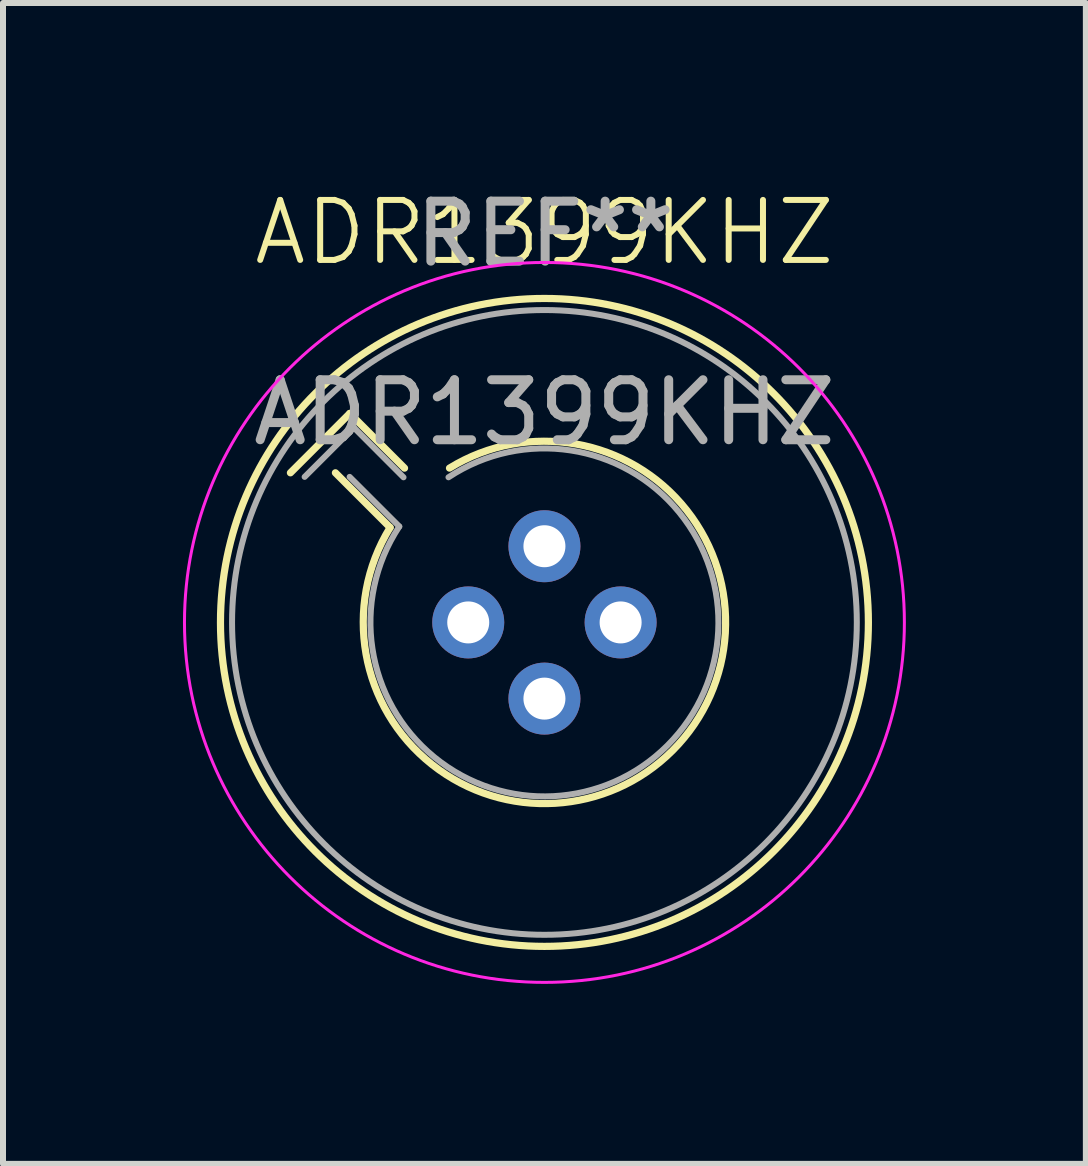
<source format=kicad_pcb>
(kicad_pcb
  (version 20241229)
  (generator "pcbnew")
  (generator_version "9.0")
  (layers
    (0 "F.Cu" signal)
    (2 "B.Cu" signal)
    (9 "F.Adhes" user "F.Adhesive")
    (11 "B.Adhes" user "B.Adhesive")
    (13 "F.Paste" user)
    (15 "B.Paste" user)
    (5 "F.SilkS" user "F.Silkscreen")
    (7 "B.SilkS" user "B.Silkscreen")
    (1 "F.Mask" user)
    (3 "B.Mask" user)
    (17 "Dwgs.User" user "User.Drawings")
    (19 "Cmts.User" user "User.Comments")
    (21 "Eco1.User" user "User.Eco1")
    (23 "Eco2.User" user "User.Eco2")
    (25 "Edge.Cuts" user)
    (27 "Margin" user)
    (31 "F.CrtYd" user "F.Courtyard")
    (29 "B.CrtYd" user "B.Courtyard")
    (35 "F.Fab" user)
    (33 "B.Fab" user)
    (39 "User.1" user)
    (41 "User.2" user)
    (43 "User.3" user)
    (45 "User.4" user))
  (footprint "ADR1399KHZ"
    (layer "F.Cu")
    (at 6.025 7.325)
    (property "Reference" "ADR1399KHZ" (at 0 -6.5 0) (unlocked yes) (layer "F.SilkS") (effects (font (size 1 1) (thickness 0.1))))
    (attr smd)
    (fp_line (start -3.484 -2.494) (end -2.572 -1.582) (stroke (width 0.12) (type solid)) (layer "F.SilkS"))
    (fp_line (start -3.244 -3.484) (end -4.234 -2.494) (stroke (width 0.12) (type solid)) (layer "F.SilkS"))
    (fp_line (start -2.332 -2.572) (end -3.244 -3.484) (stroke (width 0.12) (type solid)) (layer "F.SilkS"))
    (fp_arc (start -1.582331 -2.572281) (mid 2.135374 2.135551) (end -2.57215 -1.582544) (stroke (width 0.12) (type solid)) (layer "F.SilkS"))
    (fp_circle (center 0 0) (end 5.4 0) (stroke (width 0.12) (type solid)) (fill no) (layer "F.SilkS"))
    (fp_circle (center 0 0) (end 6 0) (stroke (width 0.05) (type solid)) (fill no) (layer "F.CrtYd"))
    (fp_line (start -3.247 -2.426) (end -2.419 -1.599) (stroke (width 0.1) (type solid)) (layer "F.Fab"))
    (fp_line (start -3.176 -3.247) (end -3.997 -2.426) (stroke (width 0.1) (type solid)) (layer "F.Fab"))
    (fp_line (start -2.349 -2.419) (end -3.176 -3.247) (stroke (width 0.1) (type solid)) (layer "F.Fab"))
    (fp_arc (start -1.599057 -2.419301) (mid 2.051076 2.050143) (end -2.420029 -1.597956) (stroke (width 0.1) (type solid)) (layer "F.Fab"))
    (fp_circle (center 0 0) (end 5.207 0) (stroke (width 0.1) (type solid)) (fill no) (layer "F.Fab"))
    (fp_text user "${REFERENCE}" (at 0 -3.5 0) (unlocked yes) (layer "F.Fab") (effects (font (size 1 1) (thickness 0.15))))
    (fp_text user "REF**" (at 0.012 -6.477 0) (layer "F.Fab") (effects (font (size 1 1) (thickness 0.15))))
    (pad "1" thru_hole circle (at -1.27 0) (size 1.2 1.2) (drill 0.7) (layers "*.Cu" "*.Mask"))
    (pad "2" thru_hole circle (at 0 1.27) (size 1.2 1.2) (drill 0.7) (layers "*.Cu" "*.Mask"))
    (pad "3" thru_hole circle (at 1.27 0) (size 1.2 1.2) (drill 0.7) (layers "*.Cu" "*.Mask"))
    (pad "4" thru_hole circle (at 0 -1.27) (size 1.2 1.2) (drill 0.7) (layers "*.Cu" "*.Mask")))
  (gr_rect
    (start -3 -3)
    (end 15.05 16.35)
    (stroke (width 0.1) (type default))
    (fill no)
    (layer "Edge.Cuts")))
</source>
